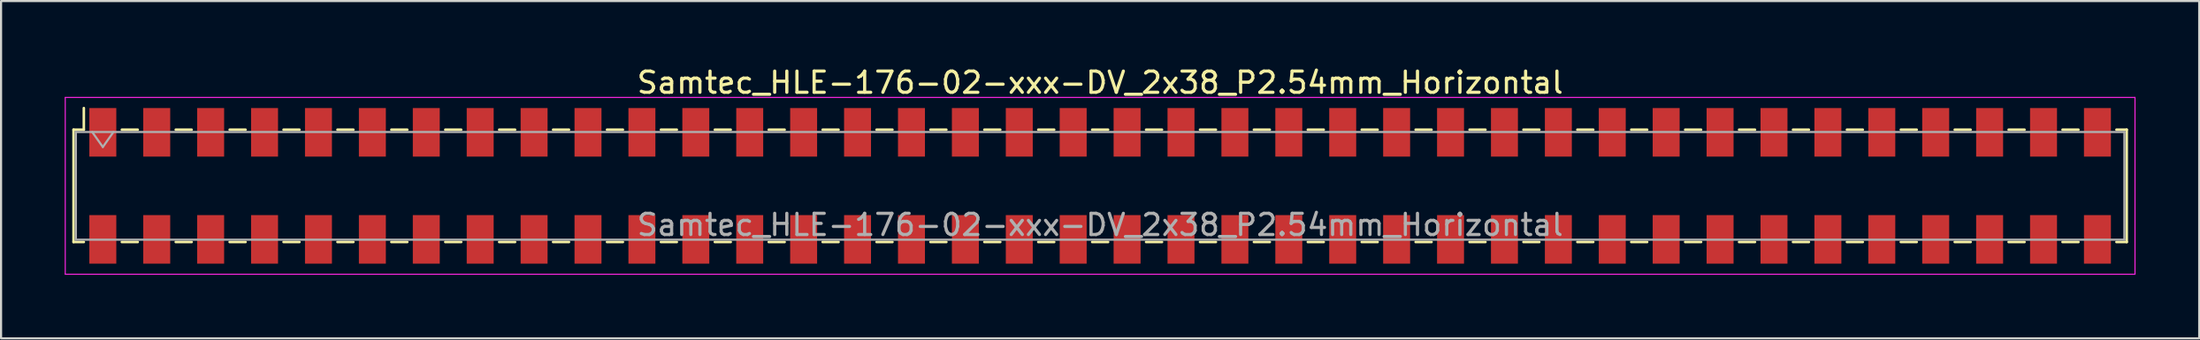
<source format=kicad_pcb>
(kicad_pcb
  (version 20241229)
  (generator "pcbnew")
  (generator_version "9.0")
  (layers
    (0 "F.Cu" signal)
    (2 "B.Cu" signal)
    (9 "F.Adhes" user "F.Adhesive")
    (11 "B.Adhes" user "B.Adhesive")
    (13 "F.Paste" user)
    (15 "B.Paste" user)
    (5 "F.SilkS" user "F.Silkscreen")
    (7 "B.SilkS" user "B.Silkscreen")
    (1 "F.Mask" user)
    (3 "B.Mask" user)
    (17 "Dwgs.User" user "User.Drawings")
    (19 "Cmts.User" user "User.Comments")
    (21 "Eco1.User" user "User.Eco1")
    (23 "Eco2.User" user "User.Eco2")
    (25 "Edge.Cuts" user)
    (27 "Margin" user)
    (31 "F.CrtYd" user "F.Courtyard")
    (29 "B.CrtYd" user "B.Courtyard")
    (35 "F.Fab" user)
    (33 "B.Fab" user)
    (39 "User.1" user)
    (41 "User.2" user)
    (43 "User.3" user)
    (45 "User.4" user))
  (footprint "Samtec_HLE-176-02-xxx-DV_2x38_P2.54mm_Horizontal"
    (layer "F.Cu")
    (at 48.785 5.718)
    (property "Reference" "Samtec_HLE-176-02-xxx-DV_2x38_P2.54mm_Horizontal" (at 0 -4.87 0) (layer "F.SilkS") (effects (font (size 1 1) (thickness 0.15))))
    (attr smd)
    (fp_line (start -48.37 -2.65) (end -48.37 2.65) (stroke (width 0.12) (type solid)) (layer "F.SilkS"))
    (fp_line (start -48.37 2.65) (end -47.885 2.65) (stroke (width 0.12) (type solid)) (layer "F.SilkS"))
    (fp_line (start -47.885 -3.67) (end -47.885 -2.65) (stroke (width 0.12) (type solid)) (layer "F.SilkS"))
    (fp_line (start -47.885 -2.65) (end -48.37 -2.65) (stroke (width 0.12) (type solid)) (layer "F.SilkS"))
    (fp_line (start -46.095 -2.65) (end -45.345 -2.65) (stroke (width 0.12) (type solid)) (layer "F.SilkS"))
    (fp_line (start -46.095 2.65) (end -45.345 2.65) (stroke (width 0.12) (type solid)) (layer "F.SilkS"))
    (fp_line (start -43.555 -2.65) (end -42.805 -2.65) (stroke (width 0.12) (type solid)) (layer "F.SilkS"))
    (fp_line (start -43.555 2.65) (end -42.805 2.65) (stroke (width 0.12) (type solid)) (layer "F.SilkS"))
    (fp_line (start -41.015 -2.65) (end -40.265 -2.65) (stroke (width 0.12) (type solid)) (layer "F.SilkS"))
    (fp_line (start -41.015 2.65) (end -40.265 2.65) (stroke (width 0.12) (type solid)) (layer "F.SilkS"))
    (fp_line (start -38.475 -2.65) (end -37.725 -2.65) (stroke (width 0.12) (type solid)) (layer "F.SilkS"))
    (fp_line (start -38.475 2.65) (end -37.725 2.65) (stroke (width 0.12) (type solid)) (layer "F.SilkS"))
    (fp_line (start -35.935 -2.65) (end -35.185 -2.65) (stroke (width 0.12) (type solid)) (layer "F.SilkS"))
    (fp_line (start -35.935 2.65) (end -35.185 2.65) (stroke (width 0.12) (type solid)) (layer "F.SilkS"))
    (fp_line (start -33.395 -2.65) (end -32.645 -2.65) (stroke (width 0.12) (type solid)) (layer "F.SilkS"))
    (fp_line (start -33.395 2.65) (end -32.645 2.65) (stroke (width 0.12) (type solid)) (layer "F.SilkS"))
    (fp_line (start -30.855 -2.65) (end -30.105 -2.65) (stroke (width 0.12) (type solid)) (layer "F.SilkS"))
    (fp_line (start -30.855 2.65) (end -30.105 2.65) (stroke (width 0.12) (type solid)) (layer "F.SilkS"))
    (fp_line (start -28.315 -2.65) (end -27.565 -2.65) (stroke (width 0.12) (type solid)) (layer "F.SilkS"))
    (fp_line (start -28.315 2.65) (end -27.565 2.65) (stroke (width 0.12) (type solid)) (layer "F.SilkS"))
    (fp_line (start -25.775 -2.65) (end -25.025 -2.65) (stroke (width 0.12) (type solid)) (layer "F.SilkS"))
    (fp_line (start -25.775 2.65) (end -25.025 2.65) (stroke (width 0.12) (type solid)) (layer "F.SilkS"))
    (fp_line (start -23.235 -2.65) (end -22.485 -2.65) (stroke (width 0.12) (type solid)) (layer "F.SilkS"))
    (fp_line (start -23.235 2.65) (end -22.485 2.65) (stroke (width 0.12) (type solid)) (layer "F.SilkS"))
    (fp_line (start -20.695 -2.65) (end -19.945 -2.65) (stroke (width 0.12) (type solid)) (layer "F.SilkS"))
    (fp_line (start -20.695 2.65) (end -19.945 2.65) (stroke (width 0.12) (type solid)) (layer "F.SilkS"))
    (fp_line (start -18.155 -2.65) (end -17.405 -2.65) (stroke (width 0.12) (type solid)) (layer "F.SilkS"))
    (fp_line (start -18.155 2.65) (end -17.405 2.65) (stroke (width 0.12) (type solid)) (layer "F.SilkS"))
    (fp_line (start -15.615 -2.65) (end -14.865 -2.65) (stroke (width 0.12) (type solid)) (layer "F.SilkS"))
    (fp_line (start -15.615 2.65) (end -14.865 2.65) (stroke (width 0.12) (type solid)) (layer "F.SilkS"))
    (fp_line (start -13.075 -2.65) (end -12.325 -2.65) (stroke (width 0.12) (type solid)) (layer "F.SilkS"))
    (fp_line (start -13.075 2.65) (end -12.325 2.65) (stroke (width 0.12) (type solid)) (layer "F.SilkS"))
    (fp_line (start -10.535 -2.65) (end -9.785 -2.65) (stroke (width 0.12) (type solid)) (layer "F.SilkS"))
    (fp_line (start -10.535 2.65) (end -9.785 2.65) (stroke (width 0.12) (type solid)) (layer "F.SilkS"))
    (fp_line (start -7.995 -2.65) (end -7.245 -2.65) (stroke (width 0.12) (type solid)) (layer "F.SilkS"))
    (fp_line (start -7.995 2.65) (end -7.245 2.65) (stroke (width 0.12) (type solid)) (layer "F.SilkS"))
    (fp_line (start -5.455 -2.65) (end -4.705 -2.65) (stroke (width 0.12) (type solid)) (layer "F.SilkS"))
    (fp_line (start -5.455 2.65) (end -4.705 2.65) (stroke (width 0.12) (type solid)) (layer "F.SilkS"))
    (fp_line (start -2.915 -2.65) (end -2.165 -2.65) (stroke (width 0.12) (type solid)) (layer "F.SilkS"))
    (fp_line (start -2.915 2.65) (end -2.165 2.65) (stroke (width 0.12) (type solid)) (layer "F.SilkS"))
    (fp_line (start -0.375 -2.65) (end 0.375 -2.65) (stroke (width 0.12) (type solid)) (layer "F.SilkS"))
    (fp_line (start -0.375 2.65) (end 0.375 2.65) (stroke (width 0.12) (type solid)) (layer "F.SilkS"))
    (fp_line (start 2.165 -2.65) (end 2.915 -2.65) (stroke (width 0.12) (type solid)) (layer "F.SilkS"))
    (fp_line (start 2.165 2.65) (end 2.915 2.65) (stroke (width 0.12) (type solid)) (layer "F.SilkS"))
    (fp_line (start 4.705 -2.65) (end 5.455 -2.65) (stroke (width 0.12) (type solid)) (layer "F.SilkS"))
    (fp_line (start 4.705 2.65) (end 5.455 2.65) (stroke (width 0.12) (type solid)) (layer "F.SilkS"))
    (fp_line (start 7.245 -2.65) (end 7.995 -2.65) (stroke (width 0.12) (type solid)) (layer "F.SilkS"))
    (fp_line (start 7.245 2.65) (end 7.995 2.65) (stroke (width 0.12) (type solid)) (layer "F.SilkS"))
    (fp_line (start 9.785 -2.65) (end 10.535 -2.65) (stroke (width 0.12) (type solid)) (layer "F.SilkS"))
    (fp_line (start 9.785 2.65) (end 10.535 2.65) (stroke (width 0.12) (type solid)) (layer "F.SilkS"))
    (fp_line (start 12.325 -2.65) (end 13.075 -2.65) (stroke (width 0.12) (type solid)) (layer "F.SilkS"))
    (fp_line (start 12.325 2.65) (end 13.075 2.65) (stroke (width 0.12) (type solid)) (layer "F.SilkS"))
    (fp_line (start 14.865 -2.65) (end 15.615 -2.65) (stroke (width 0.12) (type solid)) (layer "F.SilkS"))
    (fp_line (start 14.865 2.65) (end 15.615 2.65) (stroke (width 0.12) (type solid)) (layer "F.SilkS"))
    (fp_line (start 17.405 -2.65) (end 18.155 -2.65) (stroke (width 0.12) (type solid)) (layer "F.SilkS"))
    (fp_line (start 17.405 2.65) (end 18.155 2.65) (stroke (width 0.12) (type solid)) (layer "F.SilkS"))
    (fp_line (start 19.945 -2.65) (end 20.695 -2.65) (stroke (width 0.12) (type solid)) (layer "F.SilkS"))
    (fp_line (start 19.945 2.65) (end 20.695 2.65) (stroke (width 0.12) (type solid)) (layer "F.SilkS"))
    (fp_line (start 22.485 -2.65) (end 23.235 -2.65) (stroke (width 0.12) (type solid)) (layer "F.SilkS"))
    (fp_line (start 22.485 2.65) (end 23.235 2.65) (stroke (width 0.12) (type solid)) (layer "F.SilkS"))
    (fp_line (start 25.025 -2.65) (end 25.775 -2.65) (stroke (width 0.12) (type solid)) (layer "F.SilkS"))
    (fp_line (start 25.025 2.65) (end 25.775 2.65) (stroke (width 0.12) (type solid)) (layer "F.SilkS"))
    (fp_line (start 27.565 -2.65) (end 28.315 -2.65) (stroke (width 0.12) (type solid)) (layer "F.SilkS"))
    (fp_line (start 27.565 2.65) (end 28.315 2.65) (stroke (width 0.12) (type solid)) (layer "F.SilkS"))
    (fp_line (start 30.105 -2.65) (end 30.855 -2.65) (stroke (width 0.12) (type solid)) (layer "F.SilkS"))
    (fp_line (start 30.105 2.65) (end 30.855 2.65) (stroke (width 0.12) (type solid)) (layer "F.SilkS"))
    (fp_line (start 32.645 -2.65) (end 33.395 -2.65) (stroke (width 0.12) (type solid)) (layer "F.SilkS"))
    (fp_line (start 32.645 2.65) (end 33.395 2.65) (stroke (width 0.12) (type solid)) (layer "F.SilkS"))
    (fp_line (start 35.185 -2.65) (end 35.935 -2.65) (stroke (width 0.12) (type solid)) (layer "F.SilkS"))
    (fp_line (start 35.185 2.65) (end 35.935 2.65) (stroke (width 0.12) (type solid)) (layer "F.SilkS"))
    (fp_line (start 37.725 -2.65) (end 38.475 -2.65) (stroke (width 0.12) (type solid)) (layer "F.SilkS"))
    (fp_line (start 37.725 2.65) (end 38.475 2.65) (stroke (width 0.12) (type solid)) (layer "F.SilkS"))
    (fp_line (start 40.265 -2.65) (end 41.015 -2.65) (stroke (width 0.12) (type solid)) (layer "F.SilkS"))
    (fp_line (start 40.265 2.65) (end 41.015 2.65) (stroke (width 0.12) (type solid)) (layer "F.SilkS"))
    (fp_line (start 42.805 -2.65) (end 43.555 -2.65) (stroke (width 0.12) (type solid)) (layer "F.SilkS"))
    (fp_line (start 42.805 2.65) (end 43.555 2.65) (stroke (width 0.12) (type solid)) (layer "F.SilkS"))
    (fp_line (start 45.345 -2.65) (end 46.095 -2.65) (stroke (width 0.12) (type solid)) (layer "F.SilkS"))
    (fp_line (start 45.345 2.65) (end 46.095 2.65) (stroke (width 0.12) (type solid)) (layer "F.SilkS"))
    (fp_line (start 47.885 -2.65) (end 48.37 -2.65) (stroke (width 0.12) (type solid)) (layer "F.SilkS"))
    (fp_line (start 48.37 -2.65) (end 48.37 2.65) (stroke (width 0.12) (type solid)) (layer "F.SilkS"))
    (fp_line (start 48.37 2.65) (end 47.885 2.65) (stroke (width 0.12) (type solid)) (layer "F.SilkS"))
    (fp_line (start -48.76 -4.17) (end 48.76 -4.17) (stroke (width 0.05) (type solid)) (layer "F.CrtYd"))
    (fp_line (start -48.76 4.17) (end -48.76 -4.17) (stroke (width 0.05) (type solid)) (layer "F.CrtYd"))
    (fp_line (start 48.76 -4.17) (end 48.76 4.17) (stroke (width 0.05) (type solid)) (layer "F.CrtYd"))
    (fp_line (start 48.76 4.17) (end -48.76 4.17) (stroke (width 0.05) (type solid)) (layer "F.CrtYd"))
    (fp_line (start -48.26 -2.54) (end 48.26 -2.54) (stroke (width 0.1) (type solid)) (layer "F.Fab"))
    (fp_line (start -48.26 2.54) (end -48.26 -2.54) (stroke (width 0.1) (type solid)) (layer "F.Fab"))
    (fp_line (start -47.49 -2.54) (end -46.99 -1.833) (stroke (width 0.1) (type solid)) (layer "F.Fab"))
    (fp_line (start -46.99 -1.833) (end -46.49 -2.54) (stroke (width 0.1) (type solid)) (layer "F.Fab"))
    (fp_line (start 48.26 -2.54) (end 48.26 2.54) (stroke (width 0.1) (type solid)) (layer "F.Fab"))
    (fp_line (start 48.26 2.54) (end -48.26 2.54) (stroke (width 0.1) (type solid)) (layer "F.Fab"))
    (fp_text user "${REFERENCE}" (at 0 1.84 0) (layer "F.Fab") (effects (font (size 1 1) (thickness 0.15))))
    (pad "1" smd rect (at -46.99 -2.525) (size 1.27 2.29) (layers "F.Cu" "F.Mask" "F.Paste"))
    (pad "2" smd rect (at -46.99 2.525) (size 1.27 2.29) (layers "F.Cu" "F.Mask" "F.Paste"))
    (pad "3" smd rect (at -44.45 -2.525) (size 1.27 2.29) (layers "F.Cu" "F.Mask" "F.Paste"))
    (pad "4" smd rect (at -44.45 2.525) (size 1.27 2.29) (layers "F.Cu" "F.Mask" "F.Paste"))
    (pad "5" smd rect (at -41.91 -2.525) (size 1.27 2.29) (layers "F.Cu" "F.Mask" "F.Paste"))
    (pad "6" smd rect (at -41.91 2.525) (size 1.27 2.29) (layers "F.Cu" "F.Mask" "F.Paste"))
    (pad "7" smd rect (at -39.37 -2.525) (size 1.27 2.29) (layers "F.Cu" "F.Mask" "F.Paste"))
    (pad "8" smd rect (at -39.37 2.525) (size 1.27 2.29) (layers "F.Cu" "F.Mask" "F.Paste"))
    (pad "9" smd rect (at -36.83 -2.525) (size 1.27 2.29) (layers "F.Cu" "F.Mask" "F.Paste"))
    (pad "10" smd rect (at -36.83 2.525) (size 1.27 2.29) (layers "F.Cu" "F.Mask" "F.Paste"))
    (pad "11" smd rect (at -34.29 -2.525) (size 1.27 2.29) (layers "F.Cu" "F.Mask" "F.Paste"))
    (pad "12" smd rect (at -34.29 2.525) (size 1.27 2.29) (layers "F.Cu" "F.Mask" "F.Paste"))
    (pad "13" smd rect (at -31.75 -2.525) (size 1.27 2.29) (layers "F.Cu" "F.Mask" "F.Paste"))
    (pad "14" smd rect (at -31.75 2.525) (size 1.27 2.29) (layers "F.Cu" "F.Mask" "F.Paste"))
    (pad "15" smd rect (at -29.21 -2.525) (size 1.27 2.29) (layers "F.Cu" "F.Mask" "F.Paste"))
    (pad "16" smd rect (at -29.21 2.525) (size 1.27 2.29) (layers "F.Cu" "F.Mask" "F.Paste"))
    (pad "17" smd rect (at -26.67 -2.525) (size 1.27 2.29) (layers "F.Cu" "F.Mask" "F.Paste"))
    (pad "18" smd rect (at -26.67 2.525) (size 1.27 2.29) (layers "F.Cu" "F.Mask" "F.Paste"))
    (pad "19" smd rect (at -24.13 -2.525) (size 1.27 2.29) (layers "F.Cu" "F.Mask" "F.Paste"))
    (pad "20" smd rect (at -24.13 2.525) (size 1.27 2.29) (layers "F.Cu" "F.Mask" "F.Paste"))
    (pad "21" smd rect (at -21.59 -2.525) (size 1.27 2.29) (layers "F.Cu" "F.Mask" "F.Paste"))
    (pad "22" smd rect (at -21.59 2.525) (size 1.27 2.29) (layers "F.Cu" "F.Mask" "F.Paste"))
    (pad "23" smd rect (at -19.05 -2.525) (size 1.27 2.29) (layers "F.Cu" "F.Mask" "F.Paste"))
    (pad "24" smd rect (at -19.05 2.525) (size 1.27 2.29) (layers "F.Cu" "F.Mask" "F.Paste"))
    (pad "25" smd rect (at -16.51 -2.525) (size 1.27 2.29) (layers "F.Cu" "F.Mask" "F.Paste"))
    (pad "26" smd rect (at -16.51 2.525) (size 1.27 2.29) (layers "F.Cu" "F.Mask" "F.Paste"))
    (pad "27" smd rect (at -13.97 -2.525) (size 1.27 2.29) (layers "F.Cu" "F.Mask" "F.Paste"))
    (pad "28" smd rect (at -13.97 2.525) (size 1.27 2.29) (layers "F.Cu" "F.Mask" "F.Paste"))
    (pad "29" smd rect (at -11.43 -2.525) (size 1.27 2.29) (layers "F.Cu" "F.Mask" "F.Paste"))
    (pad "30" smd rect (at -11.43 2.525) (size 1.27 2.29) (layers "F.Cu" "F.Mask" "F.Paste"))
    (pad "31" smd rect (at -8.89 -2.525) (size 1.27 2.29) (layers "F.Cu" "F.Mask" "F.Paste"))
    (pad "32" smd rect (at -8.89 2.525) (size 1.27 2.29) (layers "F.Cu" "F.Mask" "F.Paste"))
    (pad "33" smd rect (at -6.35 -2.525) (size 1.27 2.29) (layers "F.Cu" "F.Mask" "F.Paste"))
    (pad "34" smd rect (at -6.35 2.525) (size 1.27 2.29) (layers "F.Cu" "F.Mask" "F.Paste"))
    (pad "35" smd rect (at -3.81 -2.525) (size 1.27 2.29) (layers "F.Cu" "F.Mask" "F.Paste"))
    (pad "36" smd rect (at -3.81 2.525) (size 1.27 2.29) (layers "F.Cu" "F.Mask" "F.Paste"))
    (pad "37" smd rect (at -1.27 -2.525) (size 1.27 2.29) (layers "F.Cu" "F.Mask" "F.Paste"))
    (pad "38" smd rect (at -1.27 2.525) (size 1.27 2.29) (layers "F.Cu" "F.Mask" "F.Paste"))
    (pad "39" smd rect (at 1.27 -2.525) (size 1.27 2.29) (layers "F.Cu" "F.Mask" "F.Paste"))
    (pad "40" smd rect (at 1.27 2.525) (size 1.27 2.29) (layers "F.Cu" "F.Mask" "F.Paste"))
    (pad "41" smd rect (at 3.81 -2.525) (size 1.27 2.29) (layers "F.Cu" "F.Mask" "F.Paste"))
    (pad "42" smd rect (at 3.81 2.525) (size 1.27 2.29) (layers "F.Cu" "F.Mask" "F.Paste"))
    (pad "43" smd rect (at 6.35 -2.525) (size 1.27 2.29) (layers "F.Cu" "F.Mask" "F.Paste"))
    (pad "44" smd rect (at 6.35 2.525) (size 1.27 2.29) (layers "F.Cu" "F.Mask" "F.Paste"))
    (pad "45" smd rect (at 8.89 -2.525) (size 1.27 2.29) (layers "F.Cu" "F.Mask" "F.Paste"))
    (pad "46" smd rect (at 8.89 2.525) (size 1.27 2.29) (layers "F.Cu" "F.Mask" "F.Paste"))
    (pad "47" smd rect (at 11.43 -2.525) (size 1.27 2.29) (layers "F.Cu" "F.Mask" "F.Paste"))
    (pad "48" smd rect (at 11.43 2.525) (size 1.27 2.29) (layers "F.Cu" "F.Mask" "F.Paste"))
    (pad "49" smd rect (at 13.97 -2.525) (size 1.27 2.29) (layers "F.Cu" "F.Mask" "F.Paste"))
    (pad "50" smd rect (at 13.97 2.525) (size 1.27 2.29) (layers "F.Cu" "F.Mask" "F.Paste"))
    (pad "51" smd rect (at 16.51 -2.525) (size 1.27 2.29) (layers "F.Cu" "F.Mask" "F.Paste"))
    (pad "52" smd rect (at 16.51 2.525) (size 1.27 2.29) (layers "F.Cu" "F.Mask" "F.Paste"))
    (pad "53" smd rect (at 19.05 -2.525) (size 1.27 2.29) (layers "F.Cu" "F.Mask" "F.Paste"))
    (pad "54" smd rect (at 19.05 2.525) (size 1.27 2.29) (layers "F.Cu" "F.Mask" "F.Paste"))
    (pad "55" smd rect (at 21.59 -2.525) (size 1.27 2.29) (layers "F.Cu" "F.Mask" "F.Paste"))
    (pad "56" smd rect (at 21.59 2.525) (size 1.27 2.29) (layers "F.Cu" "F.Mask" "F.Paste"))
    (pad "57" smd rect (at 24.13 -2.525) (size 1.27 2.29) (layers "F.Cu" "F.Mask" "F.Paste"))
    (pad "58" smd rect (at 24.13 2.525) (size 1.27 2.29) (layers "F.Cu" "F.Mask" "F.Paste"))
    (pad "59" smd rect (at 26.67 -2.525) (size 1.27 2.29) (layers "F.Cu" "F.Mask" "F.Paste"))
    (pad "60" smd rect (at 26.67 2.525) (size 1.27 2.29) (layers "F.Cu" "F.Mask" "F.Paste"))
    (pad "61" smd rect (at 29.21 -2.525) (size 1.27 2.29) (layers "F.Cu" "F.Mask" "F.Paste"))
    (pad "62" smd rect (at 29.21 2.525) (size 1.27 2.29) (layers "F.Cu" "F.Mask" "F.Paste"))
    (pad "63" smd rect (at 31.75 -2.525) (size 1.27 2.29) (layers "F.Cu" "F.Mask" "F.Paste"))
    (pad "64" smd rect (at 31.75 2.525) (size 1.27 2.29) (layers "F.Cu" "F.Mask" "F.Paste"))
    (pad "65" smd rect (at 34.29 -2.525) (size 1.27 2.29) (layers "F.Cu" "F.Mask" "F.Paste"))
    (pad "66" smd rect (at 34.29 2.525) (size 1.27 2.29) (layers "F.Cu" "F.Mask" "F.Paste"))
    (pad "67" smd rect (at 36.83 -2.525) (size 1.27 2.29) (layers "F.Cu" "F.Mask" "F.Paste"))
    (pad "68" smd rect (at 36.83 2.525) (size 1.27 2.29) (layers "F.Cu" "F.Mask" "F.Paste"))
    (pad "69" smd rect (at 39.37 -2.525) (size 1.27 2.29) (layers "F.Cu" "F.Mask" "F.Paste"))
    (pad "70" smd rect (at 39.37 2.525) (size 1.27 2.29) (layers "F.Cu" "F.Mask" "F.Paste"))
    (pad "71" smd rect (at 41.91 -2.525) (size 1.27 2.29) (layers "F.Cu" "F.Mask" "F.Paste"))
    (pad "72" smd rect (at 41.91 2.525) (size 1.27 2.29) (layers "F.Cu" "F.Mask" "F.Paste"))
    (pad "73" smd rect (at 44.45 -2.525) (size 1.27 2.29) (layers "F.Cu" "F.Mask" "F.Paste"))
    (pad "74" smd rect (at 44.45 2.525) (size 1.27 2.29) (layers "F.Cu" "F.Mask" "F.Paste"))
    (pad "75" smd rect (at 46.99 -2.525) (size 1.27 2.29) (layers "F.Cu" "F.Mask" "F.Paste"))
    (pad "76" smd rect (at 46.99 2.525) (size 1.27 2.29) (layers "F.Cu" "F.Mask" "F.Paste")))
  (gr_rect
    (start -3 -3)
    (end 100.57 12.913)
    (stroke (width 0.1) (type default))
    (fill no)
    (layer "Edge.Cuts")))
</source>
